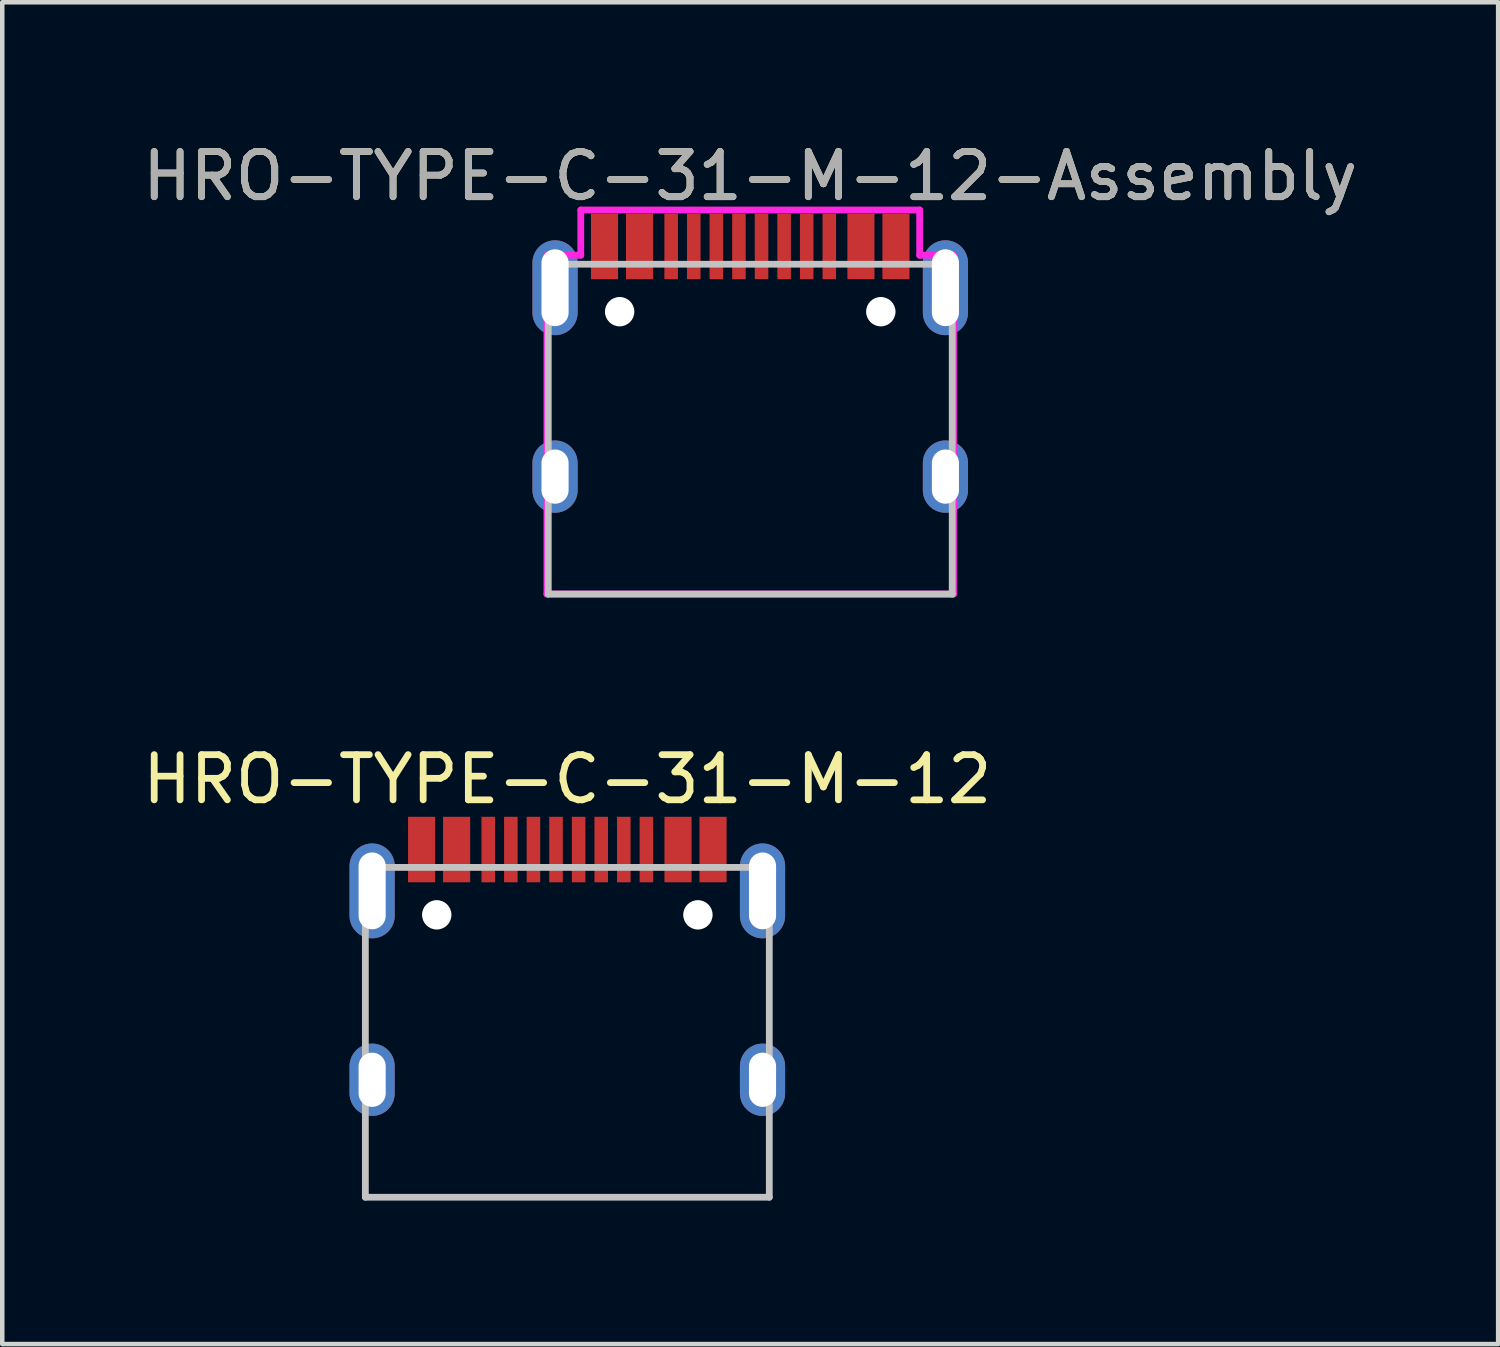
<source format=kicad_pcb>
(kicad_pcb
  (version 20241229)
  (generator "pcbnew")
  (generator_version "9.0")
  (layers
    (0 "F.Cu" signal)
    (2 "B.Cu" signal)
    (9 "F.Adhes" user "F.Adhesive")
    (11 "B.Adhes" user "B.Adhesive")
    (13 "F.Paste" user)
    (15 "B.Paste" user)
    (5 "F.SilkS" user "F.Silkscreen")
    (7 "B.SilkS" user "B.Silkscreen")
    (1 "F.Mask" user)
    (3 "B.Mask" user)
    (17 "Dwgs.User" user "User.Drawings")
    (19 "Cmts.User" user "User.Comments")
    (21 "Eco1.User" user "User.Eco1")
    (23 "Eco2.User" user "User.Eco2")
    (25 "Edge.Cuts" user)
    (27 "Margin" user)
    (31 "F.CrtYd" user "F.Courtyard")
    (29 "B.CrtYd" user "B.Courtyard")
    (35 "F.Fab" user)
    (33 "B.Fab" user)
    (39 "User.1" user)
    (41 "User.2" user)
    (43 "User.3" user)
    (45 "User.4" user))
  (footprint "HRO-TYPE-C-31-M-12"
    (layer "F.Cu")
    (at 9.506 23.447)
    (property "Reference" "HRO-TYPE-C-31-M-12" (at 0 -9.25 0) (layer "F.SilkS") (effects (font (size 1 1) (thickness 0.15))))
    (attr smd)
    (fp_line (start -4.47 -7.3) (end 4.47 -7.3) (stroke (width 0.15) (type solid)) (layer "Dwgs.User"))
    (fp_line (start -4.47 0) (end -4.47 -7.3) (stroke (width 0.15) (type solid)) (layer "Dwgs.User"))
    (fp_line (start -4.47 0) (end 4.47 0) (stroke (width 0.15) (type solid)) (layer "Dwgs.User"))
    (fp_line (start 4.47 0) (end 4.47 -7.3) (stroke (width 0.15) (type solid)) (layer "Dwgs.User"))
    (pad "" np_thru_hole circle (at -2.89 -6.25) (size 0.65 0.65) (drill 0.65) (layers "*.Cu" "*.Mask"))
    (pad "" np_thru_hole circle (at 2.89 -6.25) (size 0.65 0.65) (drill 0.65) (layers "*.Cu" "*.Mask"))
    (pad "1" smd rect (at -3.225 -7.695) (size 0.6 1.45) (layers "F.Cu" "F.Mask" "F.Paste"))
    (pad "2" smd rect (at -2.45 -7.695) (size 0.6 1.45) (layers "F.Cu" "F.Mask" "F.Paste"))
    (pad "3" smd rect (at -1.75 -7.695) (size 0.3 1.45) (layers "F.Cu" "F.Mask" "F.Paste"))
    (pad "4" smd rect (at -1.25 -7.695) (size 0.3 1.45) (layers "F.Cu" "F.Mask" "F.Paste"))
    (pad "5" smd rect (at -0.75 -7.695) (size 0.3 1.45) (layers "F.Cu" "F.Mask" "F.Paste"))
    (pad "6" smd rect (at -0.25 -7.695) (size 0.3 1.45) (layers "F.Cu" "F.Mask" "F.Paste"))
    (pad "7" smd rect (at 0.25 -7.695) (size 0.3 1.45) (layers "F.Cu" "F.Mask" "F.Paste"))
    (pad "8" smd rect (at 0.75 -7.695) (size 0.3 1.45) (layers "F.Cu" "F.Mask" "F.Paste"))
    (pad "9" smd rect (at 1.25 -7.695) (size 0.3 1.45) (layers "F.Cu" "F.Mask" "F.Paste"))
    (pad "10" smd rect (at 1.75 -7.695) (size 0.3 1.45) (layers "F.Cu" "F.Mask" "F.Paste"))
    (pad "11" smd rect (at 2.45 -7.695) (size 0.6 1.45) (layers "F.Cu" "F.Mask" "F.Paste"))
    (pad "12" smd rect (at 3.225 -7.695) (size 0.6 1.45) (layers "F.Cu" "F.Mask" "F.Paste"))
    (pad "13" thru_hole oval (at -4.32 -6.78) (size 1 2.1) (drill oval 0.6 1.7) (layers "*.Cu" "B.Mask"))
    (pad "13" thru_hole oval (at -4.32 -2.6) (size 1 1.6) (drill oval 0.6 1.2) (layers "*.Cu" "B.Mask"))
    (pad "13" thru_hole oval (at 4.32 -6.78) (size 1 2.1) (drill oval 0.6 1.7) (layers "*.Cu" "B.Mask"))
    (pad "13" thru_hole oval (at 4.32 -2.6) (size 1 1.6) (drill oval 0.6 1.2) (layers "*.Cu" "B.Mask")))
  (footprint "HRO-TYPE-C-31-M-12-Assembly"
    (layer "F.Cu")
    (at 13.554 10.098)
    (property "Reference" "HRO-TYPE-C-31-M-12-Assembly" (at 0 -9.25 0) (layer "F.SilkS") (effects (font (size 1 1) (thickness 0.15))))
    (attr smd)
    (fp_line (start -4.47 -7.3) (end 4.47 -7.3) (stroke (width 0.15) (type solid)) (layer "Dwgs.User"))
    (fp_line (start -4.47 0) (end -4.47 -7.3) (stroke (width 0.15) (type solid)) (layer "Dwgs.User"))
    (fp_line (start -4.47 0) (end 4.47 0) (stroke (width 0.15) (type solid)) (layer "Dwgs.User"))
    (fp_line (start 4.47 0) (end 4.47 -7.3) (stroke (width 0.15) (type solid)) (layer "Dwgs.User"))
    (fp_line (start -4.5 -7.5) (end -3.75 -7.5) (stroke (width 0.15) (type solid)) (layer "F.CrtYd"))
    (fp_line (start -4.5 0) (end -4.5 -7.5) (stroke (width 0.15) (type solid)) (layer "F.CrtYd"))
    (fp_line (start -3.75 -8.5) (end 3.75 -8.5) (stroke (width 0.15) (type solid)) (layer "F.CrtYd"))
    (fp_line (start -3.75 -7.5) (end -3.75 -8.5) (stroke (width 0.15) (type solid)) (layer "F.CrtYd"))
    (fp_line (start 3.75 -8.5) (end 3.75 -7.5) (stroke (width 0.15) (type solid)) (layer "F.CrtYd"))
    (fp_line (start 3.75 -7.5) (end 4.5 -7.5) (stroke (width 0.15) (type solid)) (layer "F.CrtYd"))
    (fp_line (start 4.5 -7.5) (end 4.5 0) (stroke (width 0.15) (type solid)) (layer "F.CrtYd"))
    (fp_line (start 4.5 0) (end -4.5 0) (stroke (width 0.15) (type solid)) (layer "F.CrtYd"))
    (fp_text user "${REFERENCE}" (at 0 -9.25 0) (layer "F.Fab") (effects (font (size 1 1) (thickness 0.15))))
    (pad "" np_thru_hole circle (at -2.89 -6.25) (size 0.65 0.65) (drill 0.65) (layers "*.Cu" "*.Mask"))
    (pad "" np_thru_hole circle (at 2.89 -6.25) (size 0.65 0.65) (drill 0.65) (layers "*.Cu" "*.Mask"))
    (pad "1" smd rect (at -3.225 -7.695) (size 0.6 1.45) (layers "F.Cu" "F.Mask" "F.Paste"))
    (pad "2" smd rect (at -2.45 -7.695) (size 0.6 1.45) (layers "F.Cu" "F.Mask" "F.Paste"))
    (pad "3" smd rect (at -1.75 -7.695) (size 0.3 1.45) (layers "F.Cu" "F.Mask" "F.Paste"))
    (pad "4" smd rect (at -1.25 -7.695) (size 0.3 1.45) (layers "F.Cu" "F.Mask" "F.Paste"))
    (pad "5" smd rect (at -0.75 -7.695) (size 0.3 1.45) (layers "F.Cu" "F.Mask" "F.Paste"))
    (pad "6" smd rect (at -0.25 -7.695) (size 0.3 1.45) (layers "F.Cu" "F.Mask" "F.Paste"))
    (pad "7" smd rect (at 0.25 -7.695) (size 0.3 1.45) (layers "F.Cu" "F.Mask" "F.Paste"))
    (pad "8" smd rect (at 0.75 -7.695) (size 0.3 1.45) (layers "F.Cu" "F.Mask" "F.Paste"))
    (pad "9" smd rect (at 1.25 -7.695) (size 0.3 1.45) (layers "F.Cu" "F.Mask" "F.Paste"))
    (pad "10" smd rect (at 1.75 -7.695) (size 0.3 1.45) (layers "F.Cu" "F.Mask" "F.Paste"))
    (pad "11" smd rect (at 2.45 -7.695) (size 0.6 1.45) (layers "F.Cu" "F.Mask" "F.Paste"))
    (pad "12" smd rect (at 3.225 -7.695) (size 0.6 1.45) (layers "F.Cu" "F.Mask" "F.Paste"))
    (pad "13" thru_hole oval (at -4.32 -6.78) (size 1 2.1) (drill oval 0.6 1.7) (layers "*.Cu" "*.Mask"))
    (pad "13" thru_hole oval (at -4.32 -2.6) (size 1 1.6) (drill oval 0.6 1.2) (layers "*.Cu" "*.Mask"))
    (pad "13" thru_hole oval (at 4.32 -6.78) (size 1 2.1) (drill oval 0.6 1.7) (layers "*.Cu" "*.Mask"))
    (pad "13" thru_hole oval (at 4.32 -2.6) (size 1 1.6) (drill oval 0.6 1.2) (layers "*.Cu" "*.Mask")))
  (gr_rect
    (start -3 -3)
    (end 30.107 26.697)
    (stroke (width 0.1) (type default))
    (fill no)
    (layer "Edge.Cuts")))
</source>
